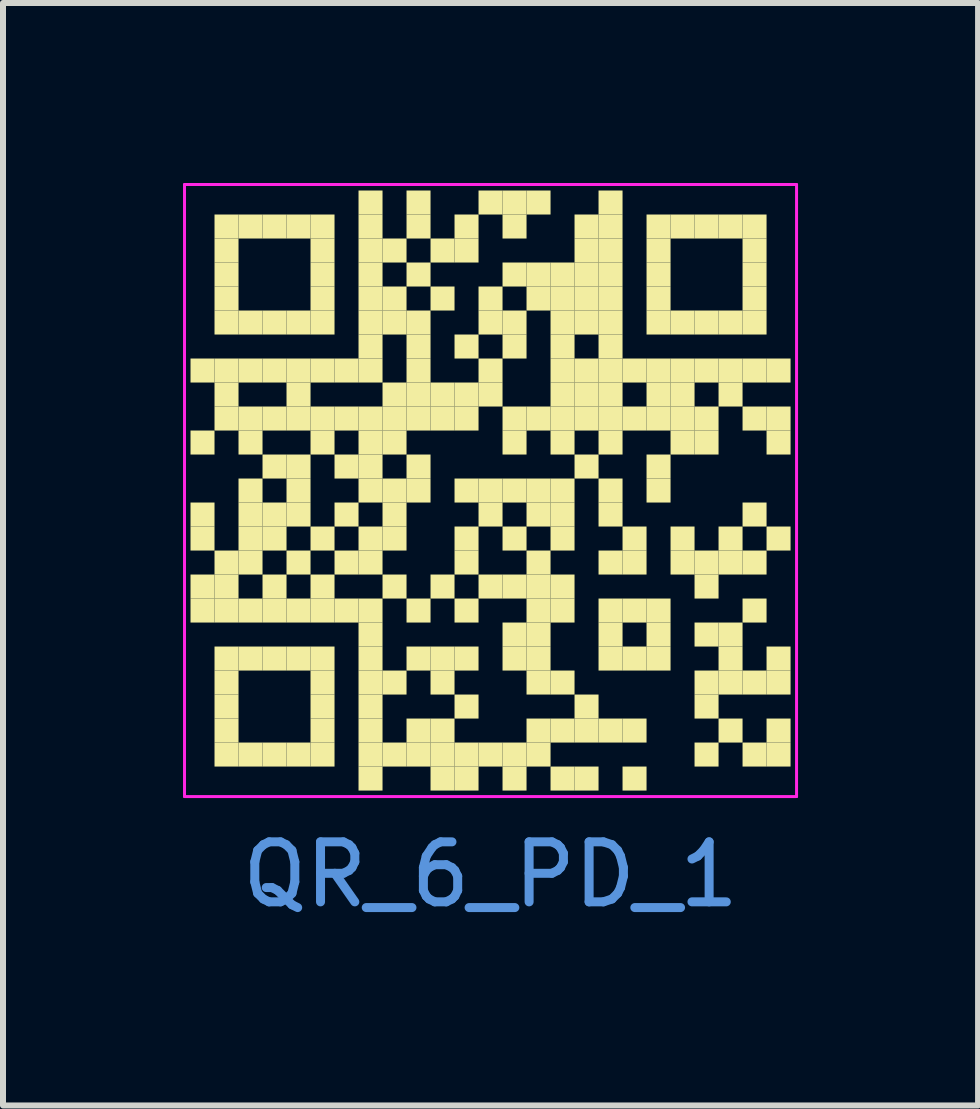
<source format=kicad_pcb>
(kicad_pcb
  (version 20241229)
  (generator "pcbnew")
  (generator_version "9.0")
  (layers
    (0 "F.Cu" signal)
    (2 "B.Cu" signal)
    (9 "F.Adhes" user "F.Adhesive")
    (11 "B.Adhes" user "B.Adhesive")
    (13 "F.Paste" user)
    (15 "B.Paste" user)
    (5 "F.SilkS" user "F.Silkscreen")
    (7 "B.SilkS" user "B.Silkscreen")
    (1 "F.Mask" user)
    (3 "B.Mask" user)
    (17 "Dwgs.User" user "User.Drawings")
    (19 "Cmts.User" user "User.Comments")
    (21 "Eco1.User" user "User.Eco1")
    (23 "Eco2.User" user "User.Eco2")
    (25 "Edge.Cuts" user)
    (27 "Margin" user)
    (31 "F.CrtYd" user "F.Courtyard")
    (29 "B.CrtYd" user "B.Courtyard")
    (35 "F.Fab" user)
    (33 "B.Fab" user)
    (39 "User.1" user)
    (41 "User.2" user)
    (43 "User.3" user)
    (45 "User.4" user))
  (footprint "QR_6_PD_1"
    (layer "F.Cu")
    (at 5.125 5.125)
    (property "Reference" "QR_6_PD_1" (at 0 6.4 0) (layer "Cmts.User") (effects (font (size 1 1) (thickness 0.15))))
    (fp_rect (start -5 -2.2) (end -4.6 -1.8) (stroke (width 0) (type solid)) (fill yes) (layer "F.SilkS"))
    (fp_rect (start -5 -1) (end -4.6 -0.6) (stroke (width 0) (type solid)) (fill yes) (layer "F.SilkS"))
    (fp_rect (start -5 0.2) (end -4.6 0.6) (stroke (width 0) (type solid)) (fill yes) (layer "F.SilkS"))
    (fp_rect (start -5 0.6) (end -4.6 1) (stroke (width 0) (type solid)) (fill yes) (layer "F.SilkS"))
    (fp_rect (start -5 1.4) (end -4.6 1.8) (stroke (width 0) (type solid)) (fill yes) (layer "F.SilkS"))
    (fp_rect (start -5 1.8) (end -4.6 2.2) (stroke (width 0) (type solid)) (fill yes) (layer "F.SilkS"))
    (fp_rect (start -4.6 -4.6) (end -4.2 -4.2) (stroke (width 0) (type solid)) (fill yes) (layer "F.SilkS"))
    (fp_rect (start -4.6 -4.2) (end -4.2 -3.8) (stroke (width 0) (type solid)) (fill yes) (layer "F.SilkS"))
    (fp_rect (start -4.6 -3.8) (end -4.2 -3.4) (stroke (width 0) (type solid)) (fill yes) (layer "F.SilkS"))
    (fp_rect (start -4.6 -3.4) (end -4.2 -3) (stroke (width 0) (type solid)) (fill yes) (layer "F.SilkS"))
    (fp_rect (start -4.6 -3) (end -4.2 -2.6) (stroke (width 0) (type solid)) (fill yes) (layer "F.SilkS"))
    (fp_rect (start -4.6 -2.2) (end -4.2 -1.8) (stroke (width 0) (type solid)) (fill yes) (layer "F.SilkS"))
    (fp_rect (start -4.6 -1.8) (end -4.2 -1.4) (stroke (width 0) (type solid)) (fill yes) (layer "F.SilkS"))
    (fp_rect (start -4.6 -1.4) (end -4.2 -1) (stroke (width 0) (type solid)) (fill yes) (layer "F.SilkS"))
    (fp_rect (start -4.6 1) (end -4.2 1.4) (stroke (width 0) (type solid)) (fill yes) (layer "F.SilkS"))
    (fp_rect (start -4.6 1.4) (end -4.2 1.8) (stroke (width 0) (type solid)) (fill yes) (layer "F.SilkS"))
    (fp_rect (start -4.6 1.8) (end -4.2 2.2) (stroke (width 0) (type solid)) (fill yes) (layer "F.SilkS"))
    (fp_rect (start -4.6 2.6) (end -4.2 3) (stroke (width 0) (type solid)) (fill yes) (layer "F.SilkS"))
    (fp_rect (start -4.6 3) (end -4.2 3.4) (stroke (width 0) (type solid)) (fill yes) (layer "F.SilkS"))
    (fp_rect (start -4.6 3.4) (end -4.2 3.8) (stroke (width 0) (type solid)) (fill yes) (layer "F.SilkS"))
    (fp_rect (start -4.6 3.8) (end -4.2 4.2) (stroke (width 0) (type solid)) (fill yes) (layer "F.SilkS"))
    (fp_rect (start -4.6 4.2) (end -4.2 4.6) (stroke (width 0) (type solid)) (fill yes) (layer "F.SilkS"))
    (fp_rect (start -4.2 -4.6) (end -3.8 -4.2) (stroke (width 0) (type solid)) (fill yes) (layer "F.SilkS"))
    (fp_rect (start -4.2 -3) (end -3.8 -2.6) (stroke (width 0) (type solid)) (fill yes) (layer "F.SilkS"))
    (fp_rect (start -4.2 -2.2) (end -3.8 -1.8) (stroke (width 0) (type solid)) (fill yes) (layer "F.SilkS"))
    (fp_rect (start -4.2 -1.4) (end -3.8 -1) (stroke (width 0) (type solid)) (fill yes) (layer "F.SilkS"))
    (fp_rect (start -4.2 -1) (end -3.8 -0.6) (stroke (width 0) (type solid)) (fill yes) (layer "F.SilkS"))
    (fp_rect (start -4.2 -0.2) (end -3.8 0.2) (stroke (width 0) (type solid)) (fill yes) (layer "F.SilkS"))
    (fp_rect (start -4.2 0.2) (end -3.8 0.6) (stroke (width 0) (type solid)) (fill yes) (layer "F.SilkS"))
    (fp_rect (start -4.2 0.6) (end -3.8 1) (stroke (width 0) (type solid)) (fill yes) (layer "F.SilkS"))
    (fp_rect (start -4.2 1) (end -3.8 1.4) (stroke (width 0) (type solid)) (fill yes) (layer "F.SilkS"))
    (fp_rect (start -4.2 1.8) (end -3.8 2.2) (stroke (width 0) (type solid)) (fill yes) (layer "F.SilkS"))
    (fp_rect (start -4.2 2.6) (end -3.8 3) (stroke (width 0) (type solid)) (fill yes) (layer "F.SilkS"))
    (fp_rect (start -4.2 4.2) (end -3.8 4.6) (stroke (width 0) (type solid)) (fill yes) (layer "F.SilkS"))
    (fp_rect (start -3.8 -4.6) (end -3.4 -4.2) (stroke (width 0) (type solid)) (fill yes) (layer "F.SilkS"))
    (fp_rect (start -3.8 -3) (end -3.4 -2.6) (stroke (width 0) (type solid)) (fill yes) (layer "F.SilkS"))
    (fp_rect (start -3.8 -2.2) (end -3.4 -1.8) (stroke (width 0) (type solid)) (fill yes) (layer "F.SilkS"))
    (fp_rect (start -3.8 -1.4) (end -3.4 -1) (stroke (width 0) (type solid)) (fill yes) (layer "F.SilkS"))
    (fp_rect (start -3.8 -0.6) (end -3.4 -0.2) (stroke (width 0) (type solid)) (fill yes) (layer "F.SilkS"))
    (fp_rect (start -3.8 0.2) (end -3.4 0.6) (stroke (width 0) (type solid)) (fill yes) (layer "F.SilkS"))
    (fp_rect (start -3.8 0.6) (end -3.4 1) (stroke (width 0) (type solid)) (fill yes) (layer "F.SilkS"))
    (fp_rect (start -3.8 1.4) (end -3.4 1.8) (stroke (width 0) (type solid)) (fill yes) (layer "F.SilkS"))
    (fp_rect (start -3.8 1.8) (end -3.4 2.2) (stroke (width 0) (type solid)) (fill yes) (layer "F.SilkS"))
    (fp_rect (start -3.8 2.6) (end -3.4 3) (stroke (width 0) (type solid)) (fill yes) (layer "F.SilkS"))
    (fp_rect (start -3.8 4.2) (end -3.4 4.6) (stroke (width 0) (type solid)) (fill yes) (layer "F.SilkS"))
    (fp_rect (start -3.4 -4.6) (end -3 -4.2) (stroke (width 0) (type solid)) (fill yes) (layer "F.SilkS"))
    (fp_rect (start -3.4 -3) (end -3 -2.6) (stroke (width 0) (type solid)) (fill yes) (layer "F.SilkS"))
    (fp_rect (start -3.4 -2.2) (end -3 -1.8) (stroke (width 0) (type solid)) (fill yes) (layer "F.SilkS"))
    (fp_rect (start -3.4 -1.8) (end -3 -1.4) (stroke (width 0) (type solid)) (fill yes) (layer "F.SilkS"))
    (fp_rect (start -3.4 -1.4) (end -3 -1) (stroke (width 0) (type solid)) (fill yes) (layer "F.SilkS"))
    (fp_rect (start -3.4 -0.6) (end -3 -0.2) (stroke (width 0) (type solid)) (fill yes) (layer "F.SilkS"))
    (fp_rect (start -3.4 -0.2) (end -3 0.2) (stroke (width 0) (type solid)) (fill yes) (layer "F.SilkS"))
    (fp_rect (start -3.4 0.2) (end -3 0.6) (stroke (width 0) (type solid)) (fill yes) (layer "F.SilkS"))
    (fp_rect (start -3.4 1) (end -3 1.4) (stroke (width 0) (type solid)) (fill yes) (layer "F.SilkS"))
    (fp_rect (start -3.4 1.8) (end -3 2.2) (stroke (width 0) (type solid)) (fill yes) (layer "F.SilkS"))
    (fp_rect (start -3.4 2.6) (end -3 3) (stroke (width 0) (type solid)) (fill yes) (layer "F.SilkS"))
    (fp_rect (start -3.4 4.2) (end -3 4.6) (stroke (width 0) (type solid)) (fill yes) (layer "F.SilkS"))
    (fp_rect (start -3 -4.6) (end -2.6 -4.2) (stroke (width 0) (type solid)) (fill yes) (layer "F.SilkS"))
    (fp_rect (start -3 -4.2) (end -2.6 -3.8) (stroke (width 0) (type solid)) (fill yes) (layer "F.SilkS"))
    (fp_rect (start -3 -3.8) (end -2.6 -3.4) (stroke (width 0) (type solid)) (fill yes) (layer "F.SilkS"))
    (fp_rect (start -3 -3.4) (end -2.6 -3) (stroke (width 0) (type solid)) (fill yes) (layer "F.SilkS"))
    (fp_rect (start -3 -3) (end -2.6 -2.6) (stroke (width 0) (type solid)) (fill yes) (layer "F.SilkS"))
    (fp_rect (start -3 -2.2) (end -2.6 -1.8) (stroke (width 0) (type solid)) (fill yes) (layer "F.SilkS"))
    (fp_rect (start -3 -1.4) (end -2.6 -1) (stroke (width 0) (type solid)) (fill yes) (layer "F.SilkS"))
    (fp_rect (start -3 -1) (end -2.6 -0.6) (stroke (width 0) (type solid)) (fill yes) (layer "F.SilkS"))
    (fp_rect (start -3 0.6) (end -2.6 1) (stroke (width 0) (type solid)) (fill yes) (layer "F.SilkS"))
    (fp_rect (start -3 1.4) (end -2.6 1.8) (stroke (width 0) (type solid)) (fill yes) (layer "F.SilkS"))
    (fp_rect (start -3 1.8) (end -2.6 2.2) (stroke (width 0) (type solid)) (fill yes) (layer "F.SilkS"))
    (fp_rect (start -3 2.6) (end -2.6 3) (stroke (width 0) (type solid)) (fill yes) (layer "F.SilkS"))
    (fp_rect (start -3 3) (end -2.6 3.4) (stroke (width 0) (type solid)) (fill yes) (layer "F.SilkS"))
    (fp_rect (start -3 3.4) (end -2.6 3.8) (stroke (width 0) (type solid)) (fill yes) (layer "F.SilkS"))
    (fp_rect (start -3 3.8) (end -2.6 4.2) (stroke (width 0) (type solid)) (fill yes) (layer "F.SilkS"))
    (fp_rect (start -3 4.2) (end -2.6 4.6) (stroke (width 0) (type solid)) (fill yes) (layer "F.SilkS"))
    (fp_rect (start -2.6 -2.2) (end -2.2 -1.8) (stroke (width 0) (type solid)) (fill yes) (layer "F.SilkS"))
    (fp_rect (start -2.6 -1.4) (end -2.2 -1) (stroke (width 0) (type solid)) (fill yes) (layer "F.SilkS"))
    (fp_rect (start -2.6 -0.6) (end -2.2 -0.2) (stroke (width 0) (type solid)) (fill yes) (layer "F.SilkS"))
    (fp_rect (start -2.6 0.2) (end -2.2 0.6) (stroke (width 0) (type solid)) (fill yes) (layer "F.SilkS"))
    (fp_rect (start -2.6 1) (end -2.2 1.4) (stroke (width 0) (type solid)) (fill yes) (layer "F.SilkS"))
    (fp_rect (start -2.6 1.8) (end -2.2 2.2) (stroke (width 0) (type solid)) (fill yes) (layer "F.SilkS"))
    (fp_rect (start -2.2 -5) (end -1.8 -4.6) (stroke (width 0) (type solid)) (fill yes) (layer "F.SilkS"))
    (fp_rect (start -2.2 -4.6) (end -1.8 -4.2) (stroke (width 0) (type solid)) (fill yes) (layer "F.SilkS"))
    (fp_rect (start -2.2 -4.2) (end -1.8 -3.8) (stroke (width 0) (type solid)) (fill yes) (layer "F.SilkS"))
    (fp_rect (start -2.2 -3.8) (end -1.8 -3.4) (stroke (width 0) (type solid)) (fill yes) (layer "F.SilkS"))
    (fp_rect (start -2.2 -3.4) (end -1.8 -3) (stroke (width 0) (type solid)) (fill yes) (layer "F.SilkS"))
    (fp_rect (start -2.2 -3) (end -1.8 -2.6) (stroke (width 0) (type solid)) (fill yes) (layer "F.SilkS"))
    (fp_rect (start -2.2 -2.6) (end -1.8 -2.2) (stroke (width 0) (type solid)) (fill yes) (layer "F.SilkS"))
    (fp_rect (start -2.2 -2.2) (end -1.8 -1.8) (stroke (width 0) (type solid)) (fill yes) (layer "F.SilkS"))
    (fp_rect (start -2.2 -1.4) (end -1.8 -1) (stroke (width 0) (type solid)) (fill yes) (layer "F.SilkS"))
    (fp_rect (start -2.2 -1) (end -1.8 -0.6) (stroke (width 0) (type solid)) (fill yes) (layer "F.SilkS"))
    (fp_rect (start -2.2 -0.6) (end -1.8 -0.2) (stroke (width 0) (type solid)) (fill yes) (layer "F.SilkS"))
    (fp_rect (start -2.2 -0.2) (end -1.8 0.2) (stroke (width 0) (type solid)) (fill yes) (layer "F.SilkS"))
    (fp_rect (start -2.2 0.6) (end -1.8 1) (stroke (width 0) (type solid)) (fill yes) (layer "F.SilkS"))
    (fp_rect (start -2.2 1) (end -1.8 1.4) (stroke (width 0) (type solid)) (fill yes) (layer "F.SilkS"))
    (fp_rect (start -2.2 1.8) (end -1.8 2.2) (stroke (width 0) (type solid)) (fill yes) (layer "F.SilkS"))
    (fp_rect (start -2.2 2.2) (end -1.8 2.6) (stroke (width 0) (type solid)) (fill yes) (layer "F.SilkS"))
    (fp_rect (start -2.2 2.6) (end -1.8 3) (stroke (width 0) (type solid)) (fill yes) (layer "F.SilkS"))
    (fp_rect (start -2.2 3) (end -1.8 3.4) (stroke (width 0) (type solid)) (fill yes) (layer "F.SilkS"))
    (fp_rect (start -2.2 3.4) (end -1.8 3.8) (stroke (width 0) (type solid)) (fill yes) (layer "F.SilkS"))
    (fp_rect (start -2.2 3.8) (end -1.8 4.2) (stroke (width 0) (type solid)) (fill yes) (layer "F.SilkS"))
    (fp_rect (start -2.2 4.2) (end -1.8 4.6) (stroke (width 0) (type solid)) (fill yes) (layer "F.SilkS"))
    (fp_rect (start -2.2 4.6) (end -1.8 5) (stroke (width 0) (type solid)) (fill yes) (layer "F.SilkS"))
    (fp_rect (start -1.8 -4.2) (end -1.4 -3.8) (stroke (width 0) (type solid)) (fill yes) (layer "F.SilkS"))
    (fp_rect (start -1.8 -3.4) (end -1.4 -3) (stroke (width 0) (type solid)) (fill yes) (layer "F.SilkS"))
    (fp_rect (start -1.8 -3) (end -1.4 -2.6) (stroke (width 0) (type solid)) (fill yes) (layer "F.SilkS"))
    (fp_rect (start -1.8 -1.8) (end -1.4 -1.4) (stroke (width 0) (type solid)) (fill yes) (layer "F.SilkS"))
    (fp_rect (start -1.8 -1.4) (end -1.4 -1) (stroke (width 0) (type solid)) (fill yes) (layer "F.SilkS"))
    (fp_rect (start -1.8 -1) (end -1.4 -0.6) (stroke (width 0) (type solid)) (fill yes) (layer "F.SilkS"))
    (fp_rect (start -1.8 -0.2) (end -1.4 0.2) (stroke (width 0) (type solid)) (fill yes) (layer "F.SilkS"))
    (fp_rect (start -1.8 0.2) (end -1.4 0.6) (stroke (width 0) (type solid)) (fill yes) (layer "F.SilkS"))
    (fp_rect (start -1.8 0.6) (end -1.4 1) (stroke (width 0) (type solid)) (fill yes) (layer "F.SilkS"))
    (fp_rect (start -1.8 1.4) (end -1.4 1.8) (stroke (width 0) (type solid)) (fill yes) (layer "F.SilkS"))
    (fp_rect (start -1.8 3) (end -1.4 3.4) (stroke (width 0) (type solid)) (fill yes) (layer "F.SilkS"))
    (fp_rect (start -1.8 4.2) (end -1.4 4.6) (stroke (width 0) (type solid)) (fill yes) (layer "F.SilkS"))
    (fp_rect (start -1.4 -5) (end -1 -4.6) (stroke (width 0) (type solid)) (fill yes) (layer "F.SilkS"))
    (fp_rect (start -1.4 -4.6) (end -1 -4.2) (stroke (width 0) (type solid)) (fill yes) (layer "F.SilkS"))
    (fp_rect (start -1.4 -3.8) (end -1 -3.4) (stroke (width 0) (type solid)) (fill yes) (layer "F.SilkS"))
    (fp_rect (start -1.4 -3) (end -1 -2.6) (stroke (width 0) (type solid)) (fill yes) (layer "F.SilkS"))
    (fp_rect (start -1.4 -2.6) (end -1 -2.2) (stroke (width 0) (type solid)) (fill yes) (layer "F.SilkS"))
    (fp_rect (start -1.4 -2.2) (end -1 -1.8) (stroke (width 0) (type solid)) (fill yes) (layer "F.SilkS"))
    (fp_rect (start -1.4 -1.8) (end -1 -1.4) (stroke (width 0) (type solid)) (fill yes) (layer "F.SilkS"))
    (fp_rect (start -1.4 -1.4) (end -1 -1) (stroke (width 0) (type solid)) (fill yes) (layer "F.SilkS"))
    (fp_rect (start -1.4 -0.6) (end -1 -0.2) (stroke (width 0) (type solid)) (fill yes) (layer "F.SilkS"))
    (fp_rect (start -1.4 -0.2) (end -1 0.2) (stroke (width 0) (type solid)) (fill yes) (layer "F.SilkS"))
    (fp_rect (start -1.4 1.8) (end -1 2.2) (stroke (width 0) (type solid)) (fill yes) (layer "F.SilkS"))
    (fp_rect (start -1.4 2.6) (end -1 3) (stroke (width 0) (type solid)) (fill yes) (layer "F.SilkS"))
    (fp_rect (start -1.4 3.8) (end -1 4.2) (stroke (width 0) (type solid)) (fill yes) (layer "F.SilkS"))
    (fp_rect (start -1.4 4.2) (end -1 4.6) (stroke (width 0) (type solid)) (fill yes) (layer "F.SilkS"))
    (fp_rect (start -1 -4.2) (end -0.6 -3.8) (stroke (width 0) (type solid)) (fill yes) (layer "F.SilkS"))
    (fp_rect (start -1 -3.4) (end -0.6 -3) (stroke (width 0) (type solid)) (fill yes) (layer "F.SilkS"))
    (fp_rect (start -1 -1.8) (end -0.6 -1.4) (stroke (width 0) (type solid)) (fill yes) (layer "F.SilkS"))
    (fp_rect (start -1 -1.4) (end -0.6 -1) (stroke (width 0) (type solid)) (fill yes) (layer "F.SilkS"))
    (fp_rect (start -1 1.4) (end -0.6 1.8) (stroke (width 0) (type solid)) (fill yes) (layer "F.SilkS"))
    (fp_rect (start -1 2.6) (end -0.6 3) (stroke (width 0) (type solid)) (fill yes) (layer "F.SilkS"))
    (fp_rect (start -1 3) (end -0.6 3.4) (stroke (width 0) (type solid)) (fill yes) (layer "F.SilkS"))
    (fp_rect (start -1 3.8) (end -0.6 4.2) (stroke (width 0) (type solid)) (fill yes) (layer "F.SilkS"))
    (fp_rect (start -1 4.2) (end -0.6 4.6) (stroke (width 0) (type solid)) (fill yes) (layer "F.SilkS"))
    (fp_rect (start -1 4.6) (end -0.6 5) (stroke (width 0) (type solid)) (fill yes) (layer "F.SilkS"))
    (fp_rect (start -0.6 -4.6) (end -0.2 -4.2) (stroke (width 0) (type solid)) (fill yes) (layer "F.SilkS"))
    (fp_rect (start -0.6 -4.2) (end -0.2 -3.8) (stroke (width 0) (type solid)) (fill yes) (layer "F.SilkS"))
    (fp_rect (start -0.6 -2.6) (end -0.2 -2.2) (stroke (width 0) (type solid)) (fill yes) (layer "F.SilkS"))
    (fp_rect (start -0.6 -1.8) (end -0.2 -1.4) (stroke (width 0) (type solid)) (fill yes) (layer "F.SilkS"))
    (fp_rect (start -0.6 -1.4) (end -0.2 -1) (stroke (width 0) (type solid)) (fill yes) (layer "F.SilkS"))
    (fp_rect (start -0.6 -0.2) (end -0.2 0.2) (stroke (width 0) (type solid)) (fill yes) (layer "F.SilkS"))
    (fp_rect (start -0.6 0.6) (end -0.2 1) (stroke (width 0) (type solid)) (fill yes) (layer "F.SilkS"))
    (fp_rect (start -0.6 1) (end -0.2 1.4) (stroke (width 0) (type solid)) (fill yes) (layer "F.SilkS"))
    (fp_rect (start -0.6 1.8) (end -0.2 2.2) (stroke (width 0) (type solid)) (fill yes) (layer "F.SilkS"))
    (fp_rect (start -0.6 2.6) (end -0.2 3) (stroke (width 0) (type solid)) (fill yes) (layer "F.SilkS"))
    (fp_rect (start -0.6 3.4) (end -0.2 3.8) (stroke (width 0) (type solid)) (fill yes) (layer "F.SilkS"))
    (fp_rect (start -0.6 4.2) (end -0.2 4.6) (stroke (width 0) (type solid)) (fill yes) (layer "F.SilkS"))
    (fp_rect (start -0.6 4.6) (end -0.2 5) (stroke (width 0) (type solid)) (fill yes) (layer "F.SilkS"))
    (fp_rect (start -0.2 -5) (end 0.2 -4.6) (stroke (width 0) (type solid)) (fill yes) (layer "F.SilkS"))
    (fp_rect (start -0.2 -3.4) (end 0.2 -3) (stroke (width 0) (type solid)) (fill yes) (layer "F.SilkS"))
    (fp_rect (start -0.2 -3) (end 0.2 -2.6) (stroke (width 0) (type solid)) (fill yes) (layer "F.SilkS"))
    (fp_rect (start -0.2 -2.2) (end 0.2 -1.8) (stroke (width 0) (type solid)) (fill yes) (layer "F.SilkS"))
    (fp_rect (start -0.2 -1.8) (end 0.2 -1.4) (stroke (width 0) (type solid)) (fill yes) (layer "F.SilkS"))
    (fp_rect (start -0.2 -0.2) (end 0.2 0.2) (stroke (width 0) (type solid)) (fill yes) (layer "F.SilkS"))
    (fp_rect (start -0.2 0.2) (end 0.2 0.6) (stroke (width 0) (type solid)) (fill yes) (layer "F.SilkS"))
    (fp_rect (start -0.2 1.4) (end 0.2 1.8) (stroke (width 0) (type solid)) (fill yes) (layer "F.SilkS"))
    (fp_rect (start -0.2 4.2) (end 0.2 4.6) (stroke (width 0) (type solid)) (fill yes) (layer "F.SilkS"))
    (fp_rect (start 0.2 -5) (end 0.6 -4.6) (stroke (width 0) (type solid)) (fill yes) (layer "F.SilkS"))
    (fp_rect (start 0.2 -4.6) (end 0.6 -4.2) (stroke (width 0) (type solid)) (fill yes) (layer "F.SilkS"))
    (fp_rect (start 0.2 -3.8) (end 0.6 -3.4) (stroke (width 0) (type solid)) (fill yes) (layer "F.SilkS"))
    (fp_rect (start 0.2 -3) (end 0.6 -2.6) (stroke (width 0) (type solid)) (fill yes) (layer "F.SilkS"))
    (fp_rect (start 0.2 -2.6) (end 0.6 -2.2) (stroke (width 0) (type solid)) (fill yes) (layer "F.SilkS"))
    (fp_rect (start 0.2 -1.4) (end 0.6 -1) (stroke (width 0) (type solid)) (fill yes) (layer "F.SilkS"))
    (fp_rect (start 0.2 -1) (end 0.6 -0.6) (stroke (width 0) (type solid)) (fill yes) (layer "F.SilkS"))
    (fp_rect (start 0.2 -0.2) (end 0.6 0.2) (stroke (width 0) (type solid)) (fill yes) (layer "F.SilkS"))
    (fp_rect (start 0.2 0.6) (end 0.6 1) (stroke (width 0) (type solid)) (fill yes) (layer "F.SilkS"))
    (fp_rect (start 0.2 1.4) (end 0.6 1.8) (stroke (width 0) (type solid)) (fill yes) (layer "F.SilkS"))
    (fp_rect (start 0.2 2.2) (end 0.6 2.6) (stroke (width 0) (type solid)) (fill yes) (layer "F.SilkS"))
    (fp_rect (start 0.2 2.6) (end 0.6 3) (stroke (width 0) (type solid)) (fill yes) (layer "F.SilkS"))
    (fp_rect (start 0.2 4.2) (end 0.6 4.6) (stroke (width 0) (type solid)) (fill yes) (layer "F.SilkS"))
    (fp_rect (start 0.2 4.6) (end 0.6 5) (stroke (width 0) (type solid)) (fill yes) (layer "F.SilkS"))
    (fp_rect (start 0.6 -5) (end 1 -4.6) (stroke (width 0) (type solid)) (fill yes) (layer "F.SilkS"))
    (fp_rect (start 0.6 -3.8) (end 1 -3.4) (stroke (width 0) (type solid)) (fill yes) (layer "F.SilkS"))
    (fp_rect (start 0.6 -3.4) (end 1 -3) (stroke (width 0) (type solid)) (fill yes) (layer "F.SilkS"))
    (fp_rect (start 0.6 -1.4) (end 1 -1) (stroke (width 0) (type solid)) (fill yes) (layer "F.SilkS"))
    (fp_rect (start 0.6 -0.2) (end 1 0.2) (stroke (width 0) (type solid)) (fill yes) (layer "F.SilkS"))
    (fp_rect (start 0.6 0.2) (end 1 0.6) (stroke (width 0) (type solid)) (fill yes) (layer "F.SilkS"))
    (fp_rect (start 0.6 1) (end 1 1.4) (stroke (width 0) (type solid)) (fill yes) (layer "F.SilkS"))
    (fp_rect (start 0.6 1.4) (end 1 1.8) (stroke (width 0) (type solid)) (fill yes) (layer "F.SilkS"))
    (fp_rect (start 0.6 1.8) (end 1 2.2) (stroke (width 0) (type solid)) (fill yes) (layer "F.SilkS"))
    (fp_rect (start 0.6 2.2) (end 1 2.6) (stroke (width 0) (type solid)) (fill yes) (layer "F.SilkS"))
    (fp_rect (start 0.6 2.6) (end 1 3) (stroke (width 0) (type solid)) (fill yes) (layer "F.SilkS"))
    (fp_rect (start 0.6 3) (end 1 3.4) (stroke (width 0) (type solid)) (fill yes) (layer "F.SilkS"))
    (fp_rect (start 0.6 3.8) (end 1 4.2) (stroke (width 0) (type solid)) (fill yes) (layer "F.SilkS"))
    (fp_rect (start 0.6 4.2) (end 1 4.6) (stroke (width 0) (type solid)) (fill yes) (layer "F.SilkS"))
    (fp_rect (start 1 -3.8) (end 1.4 -3.4) (stroke (width 0) (type solid)) (fill yes) (layer "F.SilkS"))
    (fp_rect (start 1 -3.4) (end 1.4 -3) (stroke (width 0) (type solid)) (fill yes) (layer "F.SilkS"))
    (fp_rect (start 1 -3) (end 1.4 -2.6) (stroke (width 0) (type solid)) (fill yes) (layer "F.SilkS"))
    (fp_rect (start 1 -2.6) (end 1.4 -2.2) (stroke (width 0) (type solid)) (fill yes) (layer "F.SilkS"))
    (fp_rect (start 1 -2.2) (end 1.4 -1.8) (stroke (width 0) (type solid)) (fill yes) (layer "F.SilkS"))
    (fp_rect (start 1 -1.8) (end 1.4 -1.4) (stroke (width 0) (type solid)) (fill yes) (layer "F.SilkS"))
    (fp_rect (start 1 -1.4) (end 1.4 -1) (stroke (width 0) (type solid)) (fill yes) (layer "F.SilkS"))
    (fp_rect (start 1 -1) (end 1.4 -0.6) (stroke (width 0) (type solid)) (fill yes) (layer "F.SilkS"))
    (fp_rect (start 1 -0.2) (end 1.4 0.2) (stroke (width 0) (type solid)) (fill yes) (layer "F.SilkS"))
    (fp_rect (start 1 0.2) (end 1.4 0.6) (stroke (width 0) (type solid)) (fill yes) (layer "F.SilkS"))
    (fp_rect (start 1 0.6) (end 1.4 1) (stroke (width 0) (type solid)) (fill yes) (layer "F.SilkS"))
    (fp_rect (start 1 1.4) (end 1.4 1.8) (stroke (width 0) (type solid)) (fill yes) (layer "F.SilkS"))
    (fp_rect (start 1 1.8) (end 1.4 2.2) (stroke (width 0) (type solid)) (fill yes) (layer "F.SilkS"))
    (fp_rect (start 1 3) (end 1.4 3.4) (stroke (width 0) (type solid)) (fill yes) (layer "F.SilkS"))
    (fp_rect (start 1 3.8) (end 1.4 4.2) (stroke (width 0) (type solid)) (fill yes) (layer "F.SilkS"))
    (fp_rect (start 1 4.6) (end 1.4 5) (stroke (width 0) (type solid)) (fill yes) (layer "F.SilkS"))
    (fp_rect (start 1.4 -4.6) (end 1.8 -4.2) (stroke (width 0) (type solid)) (fill yes) (layer "F.SilkS"))
    (fp_rect (start 1.4 -4.2) (end 1.8 -3.8) (stroke (width 0) (type solid)) (fill yes) (layer "F.SilkS"))
    (fp_rect (start 1.4 -3.8) (end 1.8 -3.4) (stroke (width 0) (type solid)) (fill yes) (layer "F.SilkS"))
    (fp_rect (start 1.4 -3.4) (end 1.8 -3) (stroke (width 0) (type solid)) (fill yes) (layer "F.SilkS"))
    (fp_rect (start 1.4 -3) (end 1.8 -2.6) (stroke (width 0) (type solid)) (fill yes) (layer "F.SilkS"))
    (fp_rect (start 1.4 -2.2) (end 1.8 -1.8) (stroke (width 0) (type solid)) (fill yes) (layer "F.SilkS"))
    (fp_rect (start 1.4 -1.8) (end 1.8 -1.4) (stroke (width 0) (type solid)) (fill yes) (layer "F.SilkS"))
    (fp_rect (start 1.4 -1.4) (end 1.8 -1) (stroke (width 0) (type solid)) (fill yes) (layer "F.SilkS"))
    (fp_rect (start 1.4 -0.6) (end 1.8 -0.2) (stroke (width 0) (type solid)) (fill yes) (layer "F.SilkS"))
    (fp_rect (start 1.4 3.4) (end 1.8 3.8) (stroke (width 0) (type solid)) (fill yes) (layer "F.SilkS"))
    (fp_rect (start 1.4 3.8) (end 1.8 4.2) (stroke (width 0) (type solid)) (fill yes) (layer "F.SilkS"))
    (fp_rect (start 1.4 4.6) (end 1.8 5) (stroke (width 0) (type solid)) (fill yes) (layer "F.SilkS"))
    (fp_rect (start 1.8 -5) (end 2.2 -4.6) (stroke (width 0) (type solid)) (fill yes) (layer "F.SilkS"))
    (fp_rect (start 1.8 -4.6) (end 2.2 -4.2) (stroke (width 0) (type solid)) (fill yes) (layer "F.SilkS"))
    (fp_rect (start 1.8 -4.2) (end 2.2 -3.8) (stroke (width 0) (type solid)) (fill yes) (layer "F.SilkS"))
    (fp_rect (start 1.8 -3.8) (end 2.2 -3.4) (stroke (width 0) (type solid)) (fill yes) (layer "F.SilkS"))
    (fp_rect (start 1.8 -3.4) (end 2.2 -3) (stroke (width 0) (type solid)) (fill yes) (layer "F.SilkS"))
    (fp_rect (start 1.8 -3) (end 2.2 -2.6) (stroke (width 0) (type solid)) (fill yes) (layer "F.SilkS"))
    (fp_rect (start 1.8 -2.6) (end 2.2 -2.2) (stroke (width 0) (type solid)) (fill yes) (layer "F.SilkS"))
    (fp_rect (start 1.8 -2.2) (end 2.2 -1.8) (stroke (width 0) (type solid)) (fill yes) (layer "F.SilkS"))
    (fp_rect (start 1.8 -1.8) (end 2.2 -1.4) (stroke (width 0) (type solid)) (fill yes) (layer "F.SilkS"))
    (fp_rect (start 1.8 -1.4) (end 2.2 -1) (stroke (width 0) (type solid)) (fill yes) (layer "F.SilkS"))
    (fp_rect (start 1.8 -1) (end 2.2 -0.6) (stroke (width 0) (type solid)) (fill yes) (layer "F.SilkS"))
    (fp_rect (start 1.8 -0.2) (end 2.2 0.2) (stroke (width 0) (type solid)) (fill yes) (layer "F.SilkS"))
    (fp_rect (start 1.8 0.2) (end 2.2 0.6) (stroke (width 0) (type solid)) (fill yes) (layer "F.SilkS"))
    (fp_rect (start 1.8 1) (end 2.2 1.4) (stroke (width 0) (type solid)) (fill yes) (layer "F.SilkS"))
    (fp_rect (start 1.8 1.8) (end 2.2 2.2) (stroke (width 0) (type solid)) (fill yes) (layer "F.SilkS"))
    (fp_rect (start 1.8 2.2) (end 2.2 2.6) (stroke (width 0) (type solid)) (fill yes) (layer "F.SilkS"))
    (fp_rect (start 1.8 2.6) (end 2.2 3) (stroke (width 0) (type solid)) (fill yes) (layer "F.SilkS"))
    (fp_rect (start 1.8 3.8) (end 2.2 4.2) (stroke (width 0) (type solid)) (fill yes) (layer "F.SilkS"))
    (fp_rect (start 2.2 -2.2) (end 2.6 -1.8) (stroke (width 0) (type solid)) (fill yes) (layer "F.SilkS"))
    (fp_rect (start 2.2 -1.4) (end 2.6 -1) (stroke (width 0) (type solid)) (fill yes) (layer "F.SilkS"))
    (fp_rect (start 2.2 0.6) (end 2.6 1) (stroke (width 0) (type solid)) (fill yes) (layer "F.SilkS"))
    (fp_rect (start 2.2 1) (end 2.6 1.4) (stroke (width 0) (type solid)) (fill yes) (layer "F.SilkS"))
    (fp_rect (start 2.2 1.8) (end 2.6 2.2) (stroke (width 0) (type solid)) (fill yes) (layer "F.SilkS"))
    (fp_rect (start 2.2 2.6) (end 2.6 3) (stroke (width 0) (type solid)) (fill yes) (layer "F.SilkS"))
    (fp_rect (start 2.2 3.8) (end 2.6 4.2) (stroke (width 0) (type solid)) (fill yes) (layer "F.SilkS"))
    (fp_rect (start 2.2 4.6) (end 2.6 5) (stroke (width 0) (type solid)) (fill yes) (layer "F.SilkS"))
    (fp_rect (start 2.6 -4.6) (end 3 -4.2) (stroke (width 0) (type solid)) (fill yes) (layer "F.SilkS"))
    (fp_rect (start 2.6 -4.2) (end 3 -3.8) (stroke (width 0) (type solid)) (fill yes) (layer "F.SilkS"))
    (fp_rect (start 2.6 -3.8) (end 3 -3.4) (stroke (width 0) (type solid)) (fill yes) (layer "F.SilkS"))
    (fp_rect (start 2.6 -3.4) (end 3 -3) (stroke (width 0) (type solid)) (fill yes) (layer "F.SilkS"))
    (fp_rect (start 2.6 -3) (end 3 -2.6) (stroke (width 0) (type solid)) (fill yes) (layer "F.SilkS"))
    (fp_rect (start 2.6 -2.2) (end 3 -1.8) (stroke (width 0) (type solid)) (fill yes) (layer "F.SilkS"))
    (fp_rect (start 2.6 -1.8) (end 3 -1.4) (stroke (width 0) (type solid)) (fill yes) (layer "F.SilkS"))
    (fp_rect (start 2.6 -1.4) (end 3 -1) (stroke (width 0) (type solid)) (fill yes) (layer "F.SilkS"))
    (fp_rect (start 2.6 -0.6) (end 3 -0.2) (stroke (width 0) (type solid)) (fill yes) (layer "F.SilkS"))
    (fp_rect (start 2.6 -0.2) (end 3 0.2) (stroke (width 0) (type solid)) (fill yes) (layer "F.SilkS"))
    (fp_rect (start 2.6 1.8) (end 3 2.2) (stroke (width 0) (type solid)) (fill yes) (layer "F.SilkS"))
    (fp_rect (start 2.6 2.2) (end 3 2.6) (stroke (width 0) (type solid)) (fill yes) (layer "F.SilkS"))
    (fp_rect (start 2.6 2.6) (end 3 3) (stroke (width 0) (type solid)) (fill yes) (layer "F.SilkS"))
    (fp_rect (start 3 -4.6) (end 3.4 -4.2) (stroke (width 0) (type solid)) (fill yes) (layer "F.SilkS"))
    (fp_rect (start 3 -3) (end 3.4 -2.6) (stroke (width 0) (type solid)) (fill yes) (layer "F.SilkS"))
    (fp_rect (start 3 -2.2) (end 3.4 -1.8) (stroke (width 0) (type solid)) (fill yes) (layer "F.SilkS"))
    (fp_rect (start 3 -1.8) (end 3.4 -1.4) (stroke (width 0) (type solid)) (fill yes) (layer "F.SilkS"))
    (fp_rect (start 3 -1.4) (end 3.4 -1) (stroke (width 0) (type solid)) (fill yes) (layer "F.SilkS"))
    (fp_rect (start 3 -1) (end 3.4 -0.6) (stroke (width 0) (type solid)) (fill yes) (layer "F.SilkS"))
    (fp_rect (start 3 0.6) (end 3.4 1) (stroke (width 0) (type solid)) (fill yes) (layer "F.SilkS"))
    (fp_rect (start 3 1) (end 3.4 1.4) (stroke (width 0) (type solid)) (fill yes) (layer "F.SilkS"))
    (fp_rect (start 3.4 -4.6) (end 3.8 -4.2) (stroke (width 0) (type solid)) (fill yes) (layer "F.SilkS"))
    (fp_rect (start 3.4 -3) (end 3.8 -2.6) (stroke (width 0) (type solid)) (fill yes) (layer "F.SilkS"))
    (fp_rect (start 3.4 -2.2) (end 3.8 -1.8) (stroke (width 0) (type solid)) (fill yes) (layer "F.SilkS"))
    (fp_rect (start 3.4 -1.4) (end 3.8 -1) (stroke (width 0) (type solid)) (fill yes) (layer "F.SilkS"))
    (fp_rect (start 3.4 -1) (end 3.8 -0.6) (stroke (width 0) (type solid)) (fill yes) (layer "F.SilkS"))
    (fp_rect (start 3.4 1) (end 3.8 1.4) (stroke (width 0) (type solid)) (fill yes) (layer "F.SilkS"))
    (fp_rect (start 3.4 1.4) (end 3.8 1.8) (stroke (width 0) (type solid)) (fill yes) (layer "F.SilkS"))
    (fp_rect (start 3.4 2.2) (end 3.8 2.6) (stroke (width 0) (type solid)) (fill yes) (layer "F.SilkS"))
    (fp_rect (start 3.4 3) (end 3.8 3.4) (stroke (width 0) (type solid)) (fill yes) (layer "F.SilkS"))
    (fp_rect (start 3.4 3.4) (end 3.8 3.8) (stroke (width 0) (type solid)) (fill yes) (layer "F.SilkS"))
    (fp_rect (start 3.4 4.2) (end 3.8 4.6) (stroke (width 0) (type solid)) (fill yes) (layer "F.SilkS"))
    (fp_rect (start 3.8 -4.6) (end 4.2 -4.2) (stroke (width 0) (type solid)) (fill yes) (layer "F.SilkS"))
    (fp_rect (start 3.8 -3) (end 4.2 -2.6) (stroke (width 0) (type solid)) (fill yes) (layer "F.SilkS"))
    (fp_rect (start 3.8 -2.2) (end 4.2 -1.8) (stroke (width 0) (type solid)) (fill yes) (layer "F.SilkS"))
    (fp_rect (start 3.8 -1.8) (end 4.2 -1.4) (stroke (width 0) (type solid)) (fill yes) (layer "F.SilkS"))
    (fp_rect (start 3.8 0.6) (end 4.2 1) (stroke (width 0) (type solid)) (fill yes) (layer "F.SilkS"))
    (fp_rect (start 3.8 1) (end 4.2 1.4) (stroke (width 0) (type solid)) (fill yes) (layer "F.SilkS"))
    (fp_rect (start 3.8 2.2) (end 4.2 2.6) (stroke (width 0) (type solid)) (fill yes) (layer "F.SilkS"))
    (fp_rect (start 3.8 2.6) (end 4.2 3) (stroke (width 0) (type solid)) (fill yes) (layer "F.SilkS"))
    (fp_rect (start 3.8 3) (end 4.2 3.4) (stroke (width 0) (type solid)) (fill yes) (layer "F.SilkS"))
    (fp_rect (start 3.8 3.8) (end 4.2 4.2) (stroke (width 0) (type solid)) (fill yes) (layer "F.SilkS"))
    (fp_rect (start 4.2 -4.6) (end 4.6 -4.2) (stroke (width 0) (type solid)) (fill yes) (layer "F.SilkS"))
    (fp_rect (start 4.2 -4.2) (end 4.6 -3.8) (stroke (width 0) (type solid)) (fill yes) (layer "F.SilkS"))
    (fp_rect (start 4.2 -3.8) (end 4.6 -3.4) (stroke (width 0) (type solid)) (fill yes) (layer "F.SilkS"))
    (fp_rect (start 4.2 -3.4) (end 4.6 -3) (stroke (width 0) (type solid)) (fill yes) (layer "F.SilkS"))
    (fp_rect (start 4.2 -3) (end 4.6 -2.6) (stroke (width 0) (type solid)) (fill yes) (layer "F.SilkS"))
    (fp_rect (start 4.2 -2.2) (end 4.6 -1.8) (stroke (width 0) (type solid)) (fill yes) (layer "F.SilkS"))
    (fp_rect (start 4.2 -1.4) (end 4.6 -1) (stroke (width 0) (type solid)) (fill yes) (layer "F.SilkS"))
    (fp_rect (start 4.2 0.2) (end 4.6 0.6) (stroke (width 0) (type solid)) (fill yes) (layer "F.SilkS"))
    (fp_rect (start 4.2 1) (end 4.6 1.4) (stroke (width 0) (type solid)) (fill yes) (layer "F.SilkS"))
    (fp_rect (start 4.2 1.8) (end 4.6 2.2) (stroke (width 0) (type solid)) (fill yes) (layer "F.SilkS"))
    (fp_rect (start 4.2 3) (end 4.6 3.4) (stroke (width 0) (type solid)) (fill yes) (layer "F.SilkS"))
    (fp_rect (start 4.2 4.2) (end 4.6 4.6) (stroke (width 0) (type solid)) (fill yes) (layer "F.SilkS"))
    (fp_rect (start 4.6 -2.2) (end 5 -1.8) (stroke (width 0) (type solid)) (fill yes) (layer "F.SilkS"))
    (fp_rect (start 4.6 -1.4) (end 5 -1) (stroke (width 0) (type solid)) (fill yes) (layer "F.SilkS"))
    (fp_rect (start 4.6 -1) (end 5 -0.6) (stroke (width 0) (type solid)) (fill yes) (layer "F.SilkS"))
    (fp_rect (start 4.6 0.6) (end 5 1) (stroke (width 0) (type solid)) (fill yes) (layer "F.SilkS"))
    (fp_rect (start 4.6 2.6) (end 5 3) (stroke (width 0) (type solid)) (fill yes) (layer "F.SilkS"))
    (fp_rect (start 4.6 3) (end 5 3.4) (stroke (width 0) (type solid)) (fill yes) (layer "F.SilkS"))
    (fp_rect (start 4.6 3.8) (end 5 4.2) (stroke (width 0) (type solid)) (fill yes) (layer "F.SilkS"))
    (fp_rect (start 4.6 4.2) (end 5 4.6) (stroke (width 0) (type solid)) (fill yes) (layer "F.SilkS"))
    (fp_line (start -5.1 -5.1) (end 5.1 -5.1) (stroke (width 0.05) (type solid)) (layer "F.CrtYd"))
    (fp_line (start -5.1 5.1) (end -5.1 -5.1) (stroke (width 0.05) (type solid)) (layer "F.CrtYd"))
    (fp_line (start 5.1 -5.1) (end 5.1 5.1) (stroke (width 0.05) (type solid)) (layer "F.CrtYd"))
    (fp_line (start 5.1 5.1) (end -5.1 5.1) (stroke (width 0.05) (type solid)) (layer "F.CrtYd")))
  (gr_rect
    (start -3 -3)
    (end 13.25 15.373)
    (stroke (width 0.1) (type default))
    (fill no)
    (layer "Edge.Cuts")))
</source>
